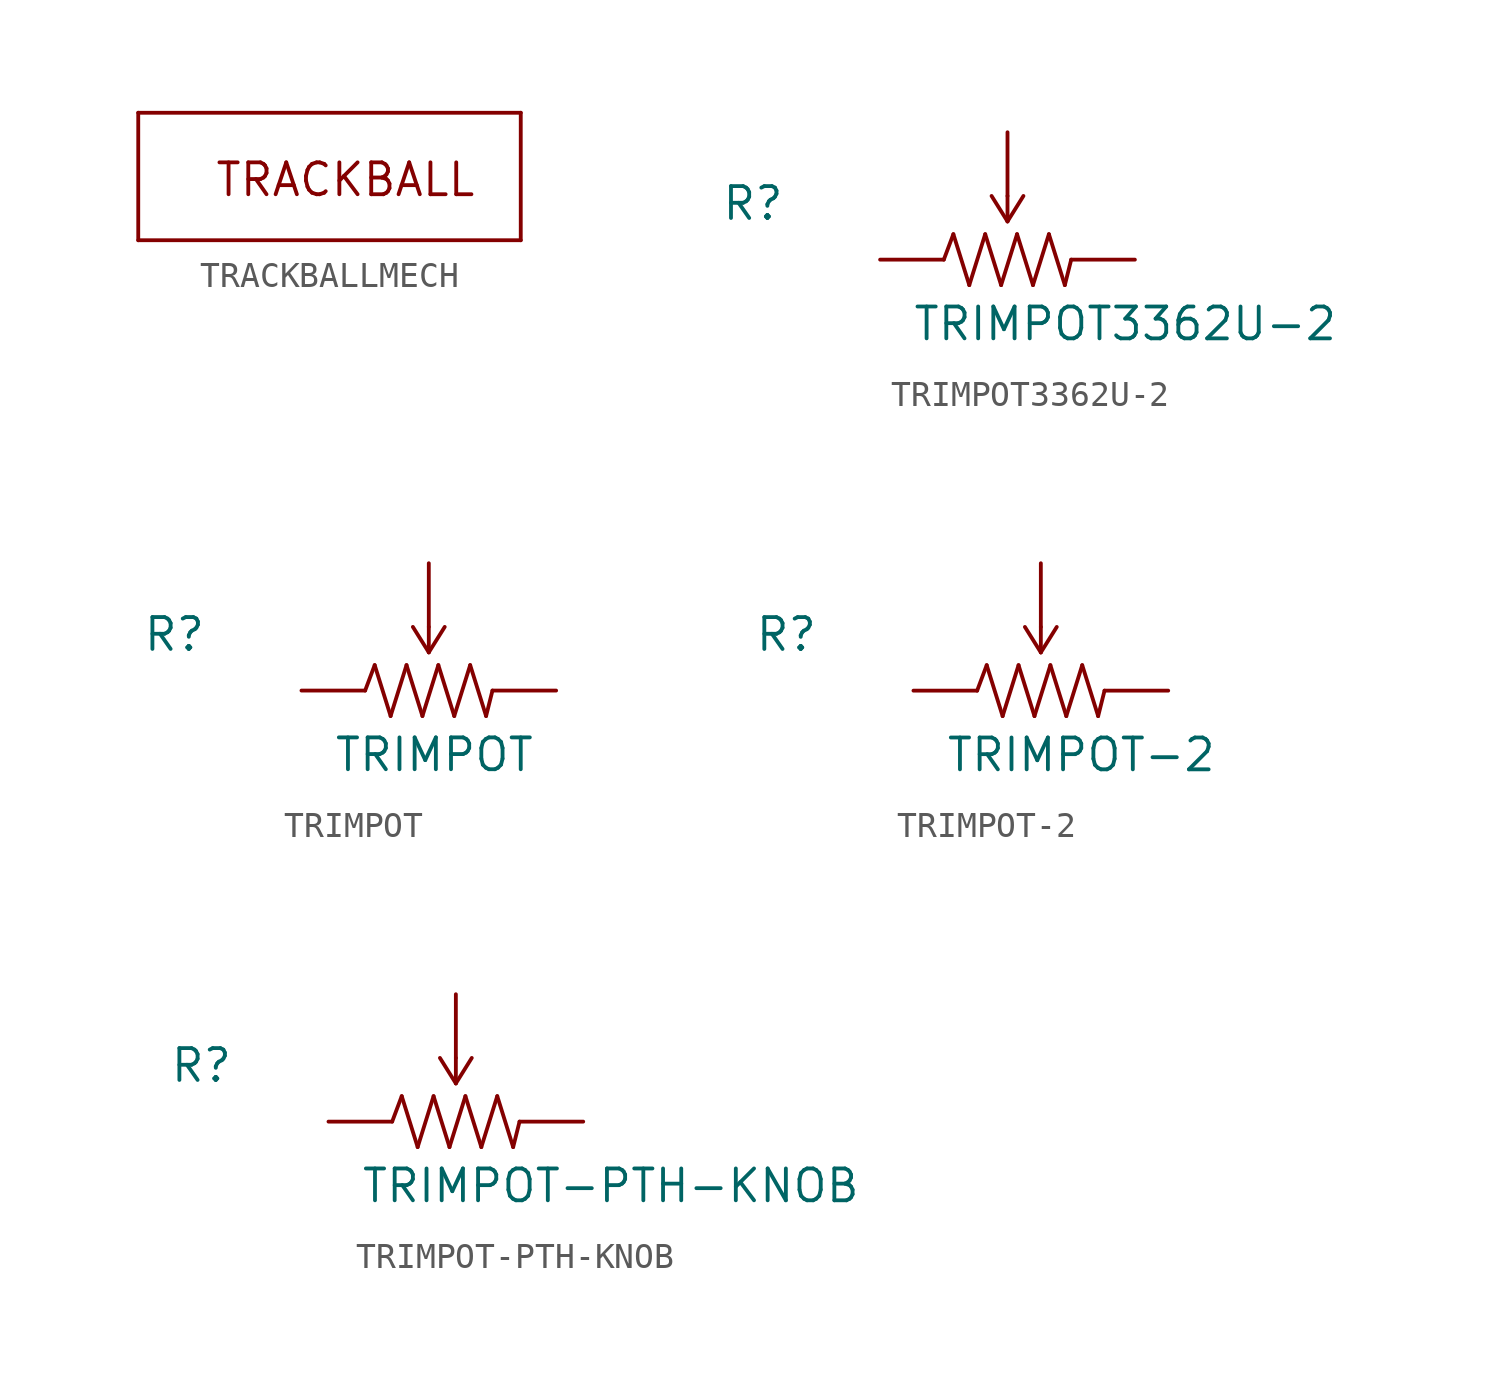
<source format=kicad_sym>
(kicad_symbol_lib
  (version 20220914)
  (generator kicad_symbol_editor)
  (symbol "TRACKBALLMECH"
    (pin_numbers hide)
    (pin_names
      (offset 1.016) hide)
    (property "Reference" "M"
      (at 0 0 0)
      (effects (font (size 1.27 1.27)) hide))
    (property "ki_locked" ""
      (at 0 0 0)
      (effects (font (size 1.27 1.27))))
    (symbol "TRACKBALLMECH_1_0"
      (polyline (pts (xy -7.62 -2.54) (xy -7.62 2.54)) (stroke (width 0) (type solid)) (fill (type none)))
      (polyline (pts (xy -7.62 2.54) (xy 7.62 2.54)) (stroke (width 0) (type solid)) (fill (type none)))
      (polyline (pts (xy 7.62 -2.54) (xy -7.62 -2.54)) (stroke (width 0) (type solid)) (fill (type none)))
      (polyline (pts (xy 7.62 2.54) (xy 7.62 -2.54)) (stroke (width 0) (type solid)) (fill (type none)))
      (text "TRACKBALL" (at 0.635 -0.127 0) (effects (font (size 1.27 1.27))))))
  (symbol "TRIMPOT3362U-2"
    (pin_numbers hide)
    (pin_names
      (offset 1.016) hide)
    (property "Reference" "R"
      (at -11.43 1.499 0)
      (effects (font (size 1.27 1.27)) (justify left bottom)))
    (property "Value" "TRIMPOT3362U-2"
      (at -3.81 -3.302 0)
      (effects (font (size 1.27 1.27)) (justify left bottom)))
    (property "ki_locked" ""
      (at 0 0 0)
      (effects (font (size 1.27 1.27))))
    (symbol "TRIMPOT3362U-2_1_0"
      (polyline (pts (xy -2.54 0) (xy -2.159 1.016)) (stroke (width 0) (type solid)) (fill (type none)))
      (polyline (pts (xy -2.159 1.016) (xy -1.524 -1.016)) (stroke (width 0) (type solid)) (fill (type none)))
      (polyline (pts (xy -1.524 -1.016) (xy -0.889 1.016)) (stroke (width 0) (type solid)) (fill (type none)))
      (polyline (pts (xy -0.889 1.016) (xy -0.254 -1.016)) (stroke (width 0) (type solid)) (fill (type none)))
      (polyline (pts (xy -0.635 2.54) (xy 0 1.524)) (stroke (width 0) (type solid)) (fill (type none)))
      (polyline (pts (xy -0.254 -1.016) (xy 0.381 1.016)) (stroke (width 0) (type solid)) (fill (type none)))
      (polyline (pts (xy 0 1.524) (xy 0.635 2.54)) (stroke (width 0) (type solid)) (fill (type none)))
      (polyline (pts (xy 0 2.54) (xy 0 1.524)) (stroke (width 0) (type solid)) (fill (type none)))
      (polyline (pts (xy 0.381 1.016) (xy 1.016 -1.016)) (stroke (width 0) (type solid)) (fill (type none)))
      (polyline (pts (xy 1.016 -1.016) (xy 1.651 1.016)) (stroke (width 0) (type solid)) (fill (type none)))
      (polyline (pts (xy 1.651 1.016) (xy 2.286 -1.016)) (stroke (width 0) (type solid)) (fill (type none)))
      (polyline (pts (xy 2.286 -1.016) (xy 2.54 0)) (stroke (width 0) (type solid)) (fill (type none))))
    (symbol "TRIMPOT3362U-2_1_1"
      (pin passive line (at -5.08 0 0) (length 2.54) (name "CCW" (effects (font (size 1.016 1.016)))) (number "1" (effects (font (size 1.016 1.016)))))
      (pin passive line (at 0 5.08 270) (length 2.54) (name "WIPER" (effects (font (size 1.016 1.016)))) (number "2" (effects (font (size 1.016 1.016)))))
      (pin passive line (at 5.08 0 180) (length 2.54) (name "CW" (effects (font (size 1.016 1.016)))) (number "3" (effects (font (size 1.016 1.016)))))))
  (symbol "TRIMPOT"
    (pin_numbers hide)
    (pin_names
      (offset 1.016) hide)
    (property "Reference" "R"
      (at -11.43 1.499 0)
      (effects (font (size 1.27 1.27)) (justify left bottom)))
    (property "Value" "TRIMPOT"
      (at -3.81 -3.302 0)
      (effects (font (size 1.27 1.27)) (justify left bottom)))
    (property "ki_locked" ""
      (at 0 0 0)
      (effects (font (size 1.27 1.27))))
    (symbol "TRIMPOT_1_0"
      (polyline (pts (xy -2.54 0) (xy -2.159 1.016)) (stroke (width 0) (type solid)) (fill (type none)))
      (polyline (pts (xy -2.159 1.016) (xy -1.524 -1.016)) (stroke (width 0) (type solid)) (fill (type none)))
      (polyline (pts (xy -1.524 -1.016) (xy -0.889 1.016)) (stroke (width 0) (type solid)) (fill (type none)))
      (polyline (pts (xy -0.889 1.016) (xy -0.254 -1.016)) (stroke (width 0) (type solid)) (fill (type none)))
      (polyline (pts (xy -0.635 2.54) (xy 0 1.524)) (stroke (width 0) (type solid)) (fill (type none)))
      (polyline (pts (xy -0.254 -1.016) (xy 0.381 1.016)) (stroke (width 0) (type solid)) (fill (type none)))
      (polyline (pts (xy 0 1.524) (xy 0.635 2.54)) (stroke (width 0) (type solid)) (fill (type none)))
      (polyline (pts (xy 0 2.54) (xy 0 1.524)) (stroke (width 0) (type solid)) (fill (type none)))
      (polyline (pts (xy 0.381 1.016) (xy 1.016 -1.016)) (stroke (width 0) (type solid)) (fill (type none)))
      (polyline (pts (xy 1.016 -1.016) (xy 1.651 1.016)) (stroke (width 0) (type solid)) (fill (type none)))
      (polyline (pts (xy 1.651 1.016) (xy 2.286 -1.016)) (stroke (width 0) (type solid)) (fill (type none)))
      (polyline (pts (xy 2.286 -1.016) (xy 2.54 0)) (stroke (width 0) (type solid)) (fill (type none))))
    (symbol "TRIMPOT_1_1"
      (pin passive line (at -5.08 0 0) (length 2.54) (name "CCW" (effects (font (size 1.016 1.016)))) (number "A" (effects (font (size 1.016 1.016)))))
      (pin passive line (at 0 5.08 270) (length 2.54) (name "WIPER" (effects (font (size 1.016 1.016)))) (number "B" (effects (font (size 1.016 1.016)))))
      (pin passive line (at 5.08 0 180) (length 2.54) (name "CW" (effects (font (size 1.016 1.016)))) (number "C" (effects (font (size 1.016 1.016)))))))
  (symbol "TRIMPOT-2"
    (pin_numbers hide)
    (pin_names
      (offset 1.016) hide)
    (property "Reference" "R"
      (at -11.43 1.499 0)
      (effects (font (size 1.27 1.27)) (justify left bottom)))
    (property "Value" "TRIMPOT-2"
      (at -3.81 -3.302 0)
      (effects (font (size 1.27 1.27)) (justify left bottom)))
    (property "ki_locked" ""
      (at 0 0 0)
      (effects (font (size 1.27 1.27))))
    (symbol "TRIMPOT-2_1_0"
      (polyline (pts (xy -2.54 0) (xy -2.159 1.016)) (stroke (width 0) (type solid)) (fill (type none)))
      (polyline (pts (xy -2.159 1.016) (xy -1.524 -1.016)) (stroke (width 0) (type solid)) (fill (type none)))
      (polyline (pts (xy -1.524 -1.016) (xy -0.889 1.016)) (stroke (width 0) (type solid)) (fill (type none)))
      (polyline (pts (xy -0.889 1.016) (xy -0.254 -1.016)) (stroke (width 0) (type solid)) (fill (type none)))
      (polyline (pts (xy -0.635 2.54) (xy 0 1.524)) (stroke (width 0) (type solid)) (fill (type none)))
      (polyline (pts (xy -0.254 -1.016) (xy 0.381 1.016)) (stroke (width 0) (type solid)) (fill (type none)))
      (polyline (pts (xy 0 1.524) (xy 0.635 2.54)) (stroke (width 0) (type solid)) (fill (type none)))
      (polyline (pts (xy 0 2.54) (xy 0 1.524)) (stroke (width 0) (type solid)) (fill (type none)))
      (polyline (pts (xy 0.381 1.016) (xy 1.016 -1.016)) (stroke (width 0) (type solid)) (fill (type none)))
      (polyline (pts (xy 1.016 -1.016) (xy 1.651 1.016)) (stroke (width 0) (type solid)) (fill (type none)))
      (polyline (pts (xy 1.651 1.016) (xy 2.286 -1.016)) (stroke (width 0) (type solid)) (fill (type none)))
      (polyline (pts (xy 2.286 -1.016) (xy 2.54 0)) (stroke (width 0) (type solid)) (fill (type none))))
    (symbol "TRIMPOT-2_1_1"
      (pin passive line (at -5.08 0 0) (length 2.54) (name "CCW" (effects (font (size 1.016 1.016)))) (number "1" (effects (font (size 1.016 1.016)))))
      (pin passive line (at 0 5.08 270) (length 2.54) (name "WIPER" (effects (font (size 1.016 1.016)))) (number "2" (effects (font (size 1.016 1.016)))))
      (pin passive line (at 5.08 0 180) (length 2.54) (name "CW" (effects (font (size 1.016 1.016)))) (number "3" (effects (font (size 1.016 1.016)))))))
  (symbol "TRIMPOT-PTH-KNOB"
    (pin_numbers hide)
    (pin_names
      (offset 1.016) hide)
    (property "Reference" "R"
      (at -11.43 1.499 0)
      (effects (font (size 1.27 1.27)) (justify left bottom)))
    (property "Value" "TRIMPOT-PTH-KNOB"
      (at -3.81 -3.302 0)
      (effects (font (size 1.27 1.27)) (justify left bottom)))
    (property "ki_locked" ""
      (at 0 0 0)
      (effects (font (size 1.27 1.27))))
    (symbol "TRIMPOT-PTH-KNOB_1_0"
      (polyline (pts (xy -2.54 0) (xy -2.159 1.016)) (stroke (width 0) (type solid)) (fill (type none)))
      (polyline (pts (xy -2.159 1.016) (xy -1.524 -1.016)) (stroke (width 0) (type solid)) (fill (type none)))
      (polyline (pts (xy -1.524 -1.016) (xy -0.889 1.016)) (stroke (width 0) (type solid)) (fill (type none)))
      (polyline (pts (xy -0.889 1.016) (xy -0.254 -1.016)) (stroke (width 0) (type solid)) (fill (type none)))
      (polyline (pts (xy -0.635 2.54) (xy 0 1.524)) (stroke (width 0) (type solid)) (fill (type none)))
      (polyline (pts (xy -0.254 -1.016) (xy 0.381 1.016)) (stroke (width 0) (type solid)) (fill (type none)))
      (polyline (pts (xy 0 1.524) (xy 0.635 2.54)) (stroke (width 0) (type solid)) (fill (type none)))
      (polyline (pts (xy 0 2.54) (xy 0 1.524)) (stroke (width 0) (type solid)) (fill (type none)))
      (polyline (pts (xy 0.381 1.016) (xy 1.016 -1.016)) (stroke (width 0) (type solid)) (fill (type none)))
      (polyline (pts (xy 1.016 -1.016) (xy 1.651 1.016)) (stroke (width 0) (type solid)) (fill (type none)))
      (polyline (pts (xy 1.651 1.016) (xy 2.286 -1.016)) (stroke (width 0) (type solid)) (fill (type none)))
      (polyline (pts (xy 2.286 -1.016) (xy 2.54 0)) (stroke (width 0) (type solid)) (fill (type none))))
    (symbol "TRIMPOT-PTH-KNOB_1_1"
      (pin passive line (at -5.08 0 0) (length 2.54) (name "CCW" (effects (font (size 1.016 1.016)))) (number "1" (effects (font (size 1.016 1.016)))))
      (pin passive line (at 0 5.08 270) (length 2.54) (name "WIPER" (effects (font (size 1.016 1.016)))) (number "2" (effects (font (size 1.016 1.016)))))
      (pin passive line (at 5.08 0 180) (length 2.54) (name "CW" (effects (font (size 1.016 1.016)))) (number "3" (effects (font (size 1.016 1.016))))))))
</source>
